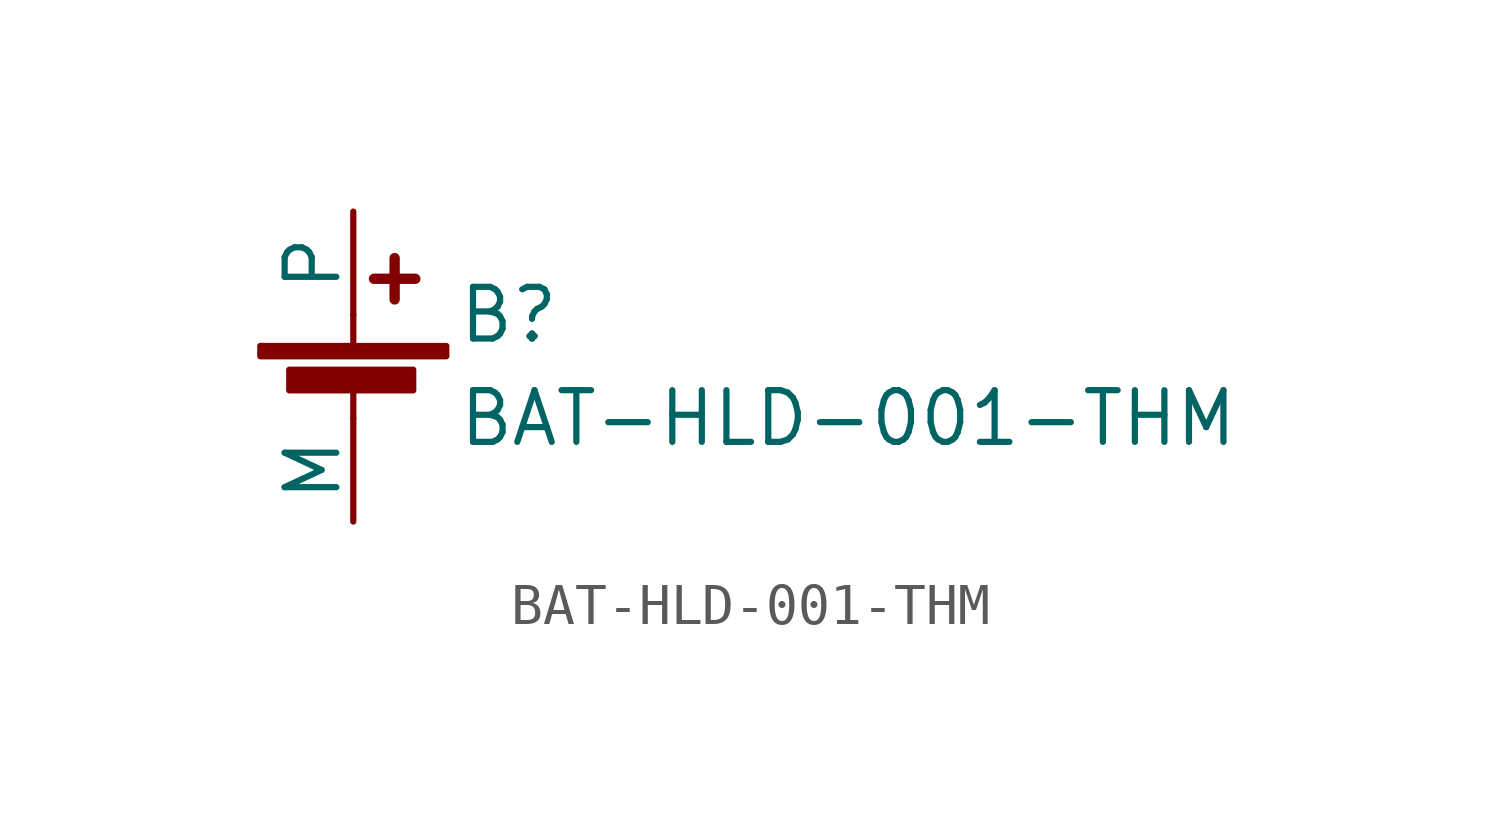
<source format=kicad_sym>
(kicad_symbol_lib
  (version 20220914)
  (generator kicad_symbol_editor)
  (symbol "BAT-HLD-001-THM"
    (pin_numbers hide)
    (pin_names
      (offset 0))
    (property "Reference" "B"
      (at 2.54 2.54 0)
      (effects (font (size 1.27 1.27)) (justify left)))
    (property "Value" "BAT-HLD-001-THM"
      (at 2.54 0 0)
      (effects (font (size 1.27 1.27)) (justify left)))
    (symbol "BAT-HLD-001-THM_0_1"
      (rectangle (start -2.286 1.778) (end 2.286 1.524) (stroke (width 0) (type default)) (fill (type outline)))
      (rectangle (start -1.575 1.194) (end 1.473 0.686) (stroke (width 0) (type default)) (fill (type outline)))
      (polyline (pts (xy 0 0.762) (xy 0 0)) (stroke (width 0) (type default)) (fill (type none)))
      (polyline (pts (xy 0 1.778) (xy 0 2.54)) (stroke (width 0) (type default)) (fill (type none)))
      (polyline (pts (xy 0.508 3.429) (xy 1.524 3.429)) (stroke (width 0.254) (type default)) (fill (type none)))
      (polyline (pts (xy 1.016 3.937) (xy 1.016 2.921)) (stroke (width 0.254) (type default)) (fill (type none))))
    (symbol "BAT-HLD-001-THM_1_1"
      (pin passive line (at 0 -2.54 90) (length 2.54) (name "M" (effects (font (size 1.27 1.27)))) (number "M" (effects (font (size 1.27 1.27)))))
      (pin passive line (at 0 5.08 270) (length 2.54) (name "P" (effects (font (size 1.27 1.27)))) (number "P" (effects (font (size 1.27 1.27))))))))
</source>
